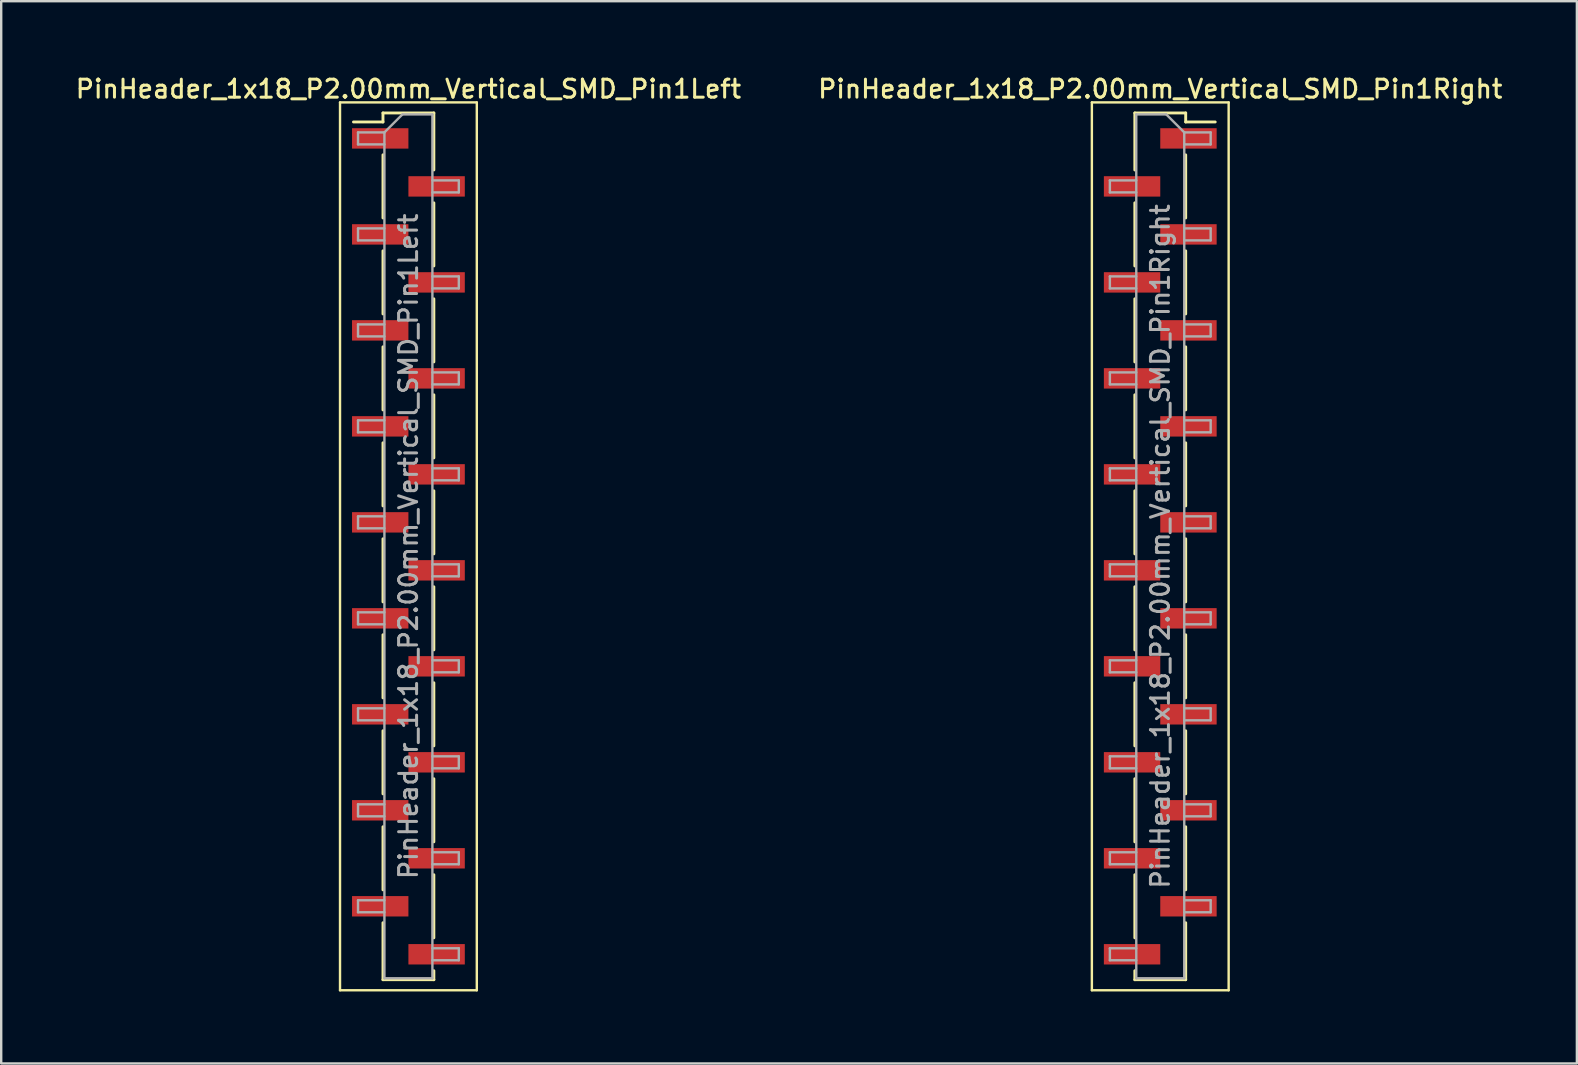
<source format=kicad_pcb>
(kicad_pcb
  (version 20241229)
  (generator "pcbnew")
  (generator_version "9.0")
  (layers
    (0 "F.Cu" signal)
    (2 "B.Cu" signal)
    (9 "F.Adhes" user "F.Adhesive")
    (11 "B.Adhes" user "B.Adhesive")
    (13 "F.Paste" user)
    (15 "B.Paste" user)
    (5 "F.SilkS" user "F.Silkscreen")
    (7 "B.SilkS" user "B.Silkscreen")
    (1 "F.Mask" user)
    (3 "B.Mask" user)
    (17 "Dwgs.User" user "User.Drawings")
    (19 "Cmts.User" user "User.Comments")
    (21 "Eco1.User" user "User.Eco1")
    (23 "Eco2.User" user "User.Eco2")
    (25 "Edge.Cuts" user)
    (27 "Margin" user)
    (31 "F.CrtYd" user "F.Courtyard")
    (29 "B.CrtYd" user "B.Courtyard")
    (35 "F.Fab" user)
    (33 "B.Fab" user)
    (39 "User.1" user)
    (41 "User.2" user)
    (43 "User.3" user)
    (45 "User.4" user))
  (footprint "PinHeader_1x18_P2.00mm_Vertical_SMD_Pin1Left"
    (layer "F.Cu")
    (at 13.97 19.718)
    (property "Reference" "PinHeader_1x18_P2.00mm_Vertical_SMD_Pin1Left" (at 0 -19.06 0) (layer "F.SilkS") (effects (font (size 0.75 0.75) (thickness 0.125))))
    (attr smd)
    (fp_line (start -2.85 -18.5) (end -2.85 18.5) (stroke (width 0.1) (type solid)) (layer "F.SilkS"))
    (fp_line (start -2.85 18.5) (end 2.85 18.5) (stroke (width 0.1) (type solid)) (layer "F.SilkS"))
    (fp_line (start -1.06 -18.06) (end -1.06 -17.685) (stroke (width 0.12) (type solid)) (layer "F.SilkS"))
    (fp_line (start -1.06 -18.06) (end 1.06 -18.06) (stroke (width 0.12) (type solid)) (layer "F.SilkS"))
    (fp_line (start -1.06 -17.685) (end -2.29 -17.685) (stroke (width 0.12) (type solid)) (layer "F.SilkS"))
    (fp_line (start -1.06 -16.315) (end -1.06 -13.685) (stroke (width 0.12) (type solid)) (layer "F.SilkS"))
    (fp_line (start -1.06 -12.315) (end -1.06 -9.685) (stroke (width 0.12) (type solid)) (layer "F.SilkS"))
    (fp_line (start -1.06 -8.315) (end -1.06 -5.685) (stroke (width 0.12) (type solid)) (layer "F.SilkS"))
    (fp_line (start -1.06 -4.315) (end -1.06 -1.685) (stroke (width 0.12) (type solid)) (layer "F.SilkS"))
    (fp_line (start -1.06 -0.315) (end -1.06 2.315) (stroke (width 0.12) (type solid)) (layer "F.SilkS"))
    (fp_line (start -1.06 3.685) (end -1.06 6.315) (stroke (width 0.12) (type solid)) (layer "F.SilkS"))
    (fp_line (start -1.06 7.685) (end -1.06 10.315) (stroke (width 0.12) (type solid)) (layer "F.SilkS"))
    (fp_line (start -1.06 11.685) (end -1.06 14.315) (stroke (width 0.12) (type solid)) (layer "F.SilkS"))
    (fp_line (start -1.06 15.685) (end -1.06 18.06) (stroke (width 0.12) (type solid)) (layer "F.SilkS"))
    (fp_line (start -1.06 18.06) (end 1.06 18.06) (stroke (width 0.12) (type solid)) (layer "F.SilkS"))
    (fp_line (start 1.06 -18.06) (end 1.06 -15.685) (stroke (width 0.12) (type solid)) (layer "F.SilkS"))
    (fp_line (start 1.06 -14.315) (end 1.06 -11.685) (stroke (width 0.12) (type solid)) (layer "F.SilkS"))
    (fp_line (start 1.06 -10.315) (end 1.06 -7.685) (stroke (width 0.12) (type solid)) (layer "F.SilkS"))
    (fp_line (start 1.06 -6.315) (end 1.06 -3.685) (stroke (width 0.12) (type solid)) (layer "F.SilkS"))
    (fp_line (start 1.06 -2.315) (end 1.06 0.315) (stroke (width 0.12) (type solid)) (layer "F.SilkS"))
    (fp_line (start 1.06 1.685) (end 1.06 4.315) (stroke (width 0.12) (type solid)) (layer "F.SilkS"))
    (fp_line (start 1.06 5.685) (end 1.06 8.315) (stroke (width 0.12) (type solid)) (layer "F.SilkS"))
    (fp_line (start 1.06 9.685) (end 1.06 12.315) (stroke (width 0.12) (type solid)) (layer "F.SilkS"))
    (fp_line (start 1.06 13.685) (end 1.06 16.315) (stroke (width 0.12) (type solid)) (layer "F.SilkS"))
    (fp_line (start 1.06 17.685) (end 1.06 18.06) (stroke (width 0.12) (type solid)) (layer "F.SilkS"))
    (fp_line (start 2.85 -18.5) (end -2.85 -18.5) (stroke (width 0.1) (type solid)) (layer "F.SilkS"))
    (fp_line (start 2.85 18.5) (end 2.85 -18.5) (stroke (width 0.1) (type solid)) (layer "F.SilkS"))
    (fp_line (start -2.1 -17.25) (end -2.1 -16.75) (stroke (width 0.1) (type solid)) (layer "F.Fab"))
    (fp_line (start -2.1 -16.75) (end -1 -16.75) (stroke (width 0.1) (type solid)) (layer "F.Fab"))
    (fp_line (start -2.1 -13.25) (end -2.1 -12.75) (stroke (width 0.1) (type solid)) (layer "F.Fab"))
    (fp_line (start -2.1 -12.75) (end -1 -12.75) (stroke (width 0.1) (type solid)) (layer "F.Fab"))
    (fp_line (start -2.1 -9.25) (end -2.1 -8.75) (stroke (width 0.1) (type solid)) (layer "F.Fab"))
    (fp_line (start -2.1 -8.75) (end -1 -8.75) (stroke (width 0.1) (type solid)) (layer "F.Fab"))
    (fp_line (start -2.1 -5.25) (end -2.1 -4.75) (stroke (width 0.1) (type solid)) (layer "F.Fab"))
    (fp_line (start -2.1 -4.75) (end -1 -4.75) (stroke (width 0.1) (type solid)) (layer "F.Fab"))
    (fp_line (start -2.1 -1.25) (end -2.1 -0.75) (stroke (width 0.1) (type solid)) (layer "F.Fab"))
    (fp_line (start -2.1 -0.75) (end -1 -0.75) (stroke (width 0.1) (type solid)) (layer "F.Fab"))
    (fp_line (start -2.1 2.75) (end -2.1 3.25) (stroke (width 0.1) (type solid)) (layer "F.Fab"))
    (fp_line (start -2.1 3.25) (end -1 3.25) (stroke (width 0.1) (type solid)) (layer "F.Fab"))
    (fp_line (start -2.1 6.75) (end -2.1 7.25) (stroke (width 0.1) (type solid)) (layer "F.Fab"))
    (fp_line (start -2.1 7.25) (end -1 7.25) (stroke (width 0.1) (type solid)) (layer "F.Fab"))
    (fp_line (start -2.1 10.75) (end -2.1 11.25) (stroke (width 0.1) (type solid)) (layer "F.Fab"))
    (fp_line (start -2.1 11.25) (end -1 11.25) (stroke (width 0.1) (type solid)) (layer "F.Fab"))
    (fp_line (start -2.1 14.75) (end -2.1 15.25) (stroke (width 0.1) (type solid)) (layer "F.Fab"))
    (fp_line (start -2.1 15.25) (end -1 15.25) (stroke (width 0.1) (type solid)) (layer "F.Fab"))
    (fp_line (start -1 -17.25) (end -2.1 -17.25) (stroke (width 0.1) (type solid)) (layer "F.Fab"))
    (fp_line (start -1 -17.25) (end -0.25 -18) (stroke (width 0.1) (type solid)) (layer "F.Fab"))
    (fp_line (start -1 -13.25) (end -2.1 -13.25) (stroke (width 0.1) (type solid)) (layer "F.Fab"))
    (fp_line (start -1 -9.25) (end -2.1 -9.25) (stroke (width 0.1) (type solid)) (layer "F.Fab"))
    (fp_line (start -1 -5.25) (end -2.1 -5.25) (stroke (width 0.1) (type solid)) (layer "F.Fab"))
    (fp_line (start -1 -1.25) (end -2.1 -1.25) (stroke (width 0.1) (type solid)) (layer "F.Fab"))
    (fp_line (start -1 2.75) (end -2.1 2.75) (stroke (width 0.1) (type solid)) (layer "F.Fab"))
    (fp_line (start -1 6.75) (end -2.1 6.75) (stroke (width 0.1) (type solid)) (layer "F.Fab"))
    (fp_line (start -1 10.75) (end -2.1 10.75) (stroke (width 0.1) (type solid)) (layer "F.Fab"))
    (fp_line (start -1 14.75) (end -2.1 14.75) (stroke (width 0.1) (type solid)) (layer "F.Fab"))
    (fp_line (start -1 18) (end -1 -17.25) (stroke (width 0.1) (type solid)) (layer "F.Fab"))
    (fp_line (start -0.25 -18) (end 1 -18) (stroke (width 0.1) (type solid)) (layer "F.Fab"))
    (fp_line (start 1 -18) (end 1 18) (stroke (width 0.1) (type solid)) (layer "F.Fab"))
    (fp_line (start 1 -15.25) (end 2.1 -15.25) (stroke (width 0.1) (type solid)) (layer "F.Fab"))
    (fp_line (start 1 -11.25) (end 2.1 -11.25) (stroke (width 0.1) (type solid)) (layer "F.Fab"))
    (fp_line (start 1 -7.25) (end 2.1 -7.25) (stroke (width 0.1) (type solid)) (layer "F.Fab"))
    (fp_line (start 1 -3.25) (end 2.1 -3.25) (stroke (width 0.1) (type solid)) (layer "F.Fab"))
    (fp_line (start 1 0.75) (end 2.1 0.75) (stroke (width 0.1) (type solid)) (layer "F.Fab"))
    (fp_line (start 1 4.75) (end 2.1 4.75) (stroke (width 0.1) (type solid)) (layer "F.Fab"))
    (fp_line (start 1 8.75) (end 2.1 8.75) (stroke (width 0.1) (type solid)) (layer "F.Fab"))
    (fp_line (start 1 12.75) (end 2.1 12.75) (stroke (width 0.1) (type solid)) (layer "F.Fab"))
    (fp_line (start 1 16.75) (end 2.1 16.75) (stroke (width 0.1) (type solid)) (layer "F.Fab"))
    (fp_line (start 1 18) (end -1 18) (stroke (width 0.1) (type solid)) (layer "F.Fab"))
    (fp_line (start 2.1 -15.25) (end 2.1 -14.75) (stroke (width 0.1) (type solid)) (layer "F.Fab"))
    (fp_line (start 2.1 -14.75) (end 1 -14.75) (stroke (width 0.1) (type solid)) (layer "F.Fab"))
    (fp_line (start 2.1 -11.25) (end 2.1 -10.75) (stroke (width 0.1) (type solid)) (layer "F.Fab"))
    (fp_line (start 2.1 -10.75) (end 1 -10.75) (stroke (width 0.1) (type solid)) (layer "F.Fab"))
    (fp_line (start 2.1 -7.25) (end 2.1 -6.75) (stroke (width 0.1) (type solid)) (layer "F.Fab"))
    (fp_line (start 2.1 -6.75) (end 1 -6.75) (stroke (width 0.1) (type solid)) (layer "F.Fab"))
    (fp_line (start 2.1 -3.25) (end 2.1 -2.75) (stroke (width 0.1) (type solid)) (layer "F.Fab"))
    (fp_line (start 2.1 -2.75) (end 1 -2.75) (stroke (width 0.1) (type solid)) (layer "F.Fab"))
    (fp_line (start 2.1 0.75) (end 2.1 1.25) (stroke (width 0.1) (type solid)) (layer "F.Fab"))
    (fp_line (start 2.1 1.25) (end 1 1.25) (stroke (width 0.1) (type solid)) (layer "F.Fab"))
    (fp_line (start 2.1 4.75) (end 2.1 5.25) (stroke (width 0.1) (type solid)) (layer "F.Fab"))
    (fp_line (start 2.1 5.25) (end 1 5.25) (stroke (width 0.1) (type solid)) (layer "F.Fab"))
    (fp_line (start 2.1 8.75) (end 2.1 9.25) (stroke (width 0.1) (type solid)) (layer "F.Fab"))
    (fp_line (start 2.1 9.25) (end 1 9.25) (stroke (width 0.1) (type solid)) (layer "F.Fab"))
    (fp_line (start 2.1 12.75) (end 2.1 13.25) (stroke (width 0.1) (type solid)) (layer "F.Fab"))
    (fp_line (start 2.1 13.25) (end 1 13.25) (stroke (width 0.1) (type solid)) (layer "F.Fab"))
    (fp_line (start 2.1 16.75) (end 2.1 17.25) (stroke (width 0.1) (type solid)) (layer "F.Fab"))
    (fp_line (start 2.1 17.25) (end 1 17.25) (stroke (width 0.1) (type solid)) (layer "F.Fab"))
    (fp_text user "${REFERENCE}" (at 0 0 90) (layer "F.Fab") (effects (font (size 0.75 0.75) (thickness 0.125))))
    (pad "1" smd rect (at -1.175 -17) (size 2.35 0.85) (layers "F.Cu" "F.Mask" "F.Paste"))
    (pad "2" smd rect (at 1.175 -15) (size 2.35 0.85) (layers "F.Cu" "F.Mask" "F.Paste"))
    (pad "3" smd rect (at -1.175 -13) (size 2.35 0.85) (layers "F.Cu" "F.Mask" "F.Paste"))
    (pad "4" smd rect (at 1.175 -11) (size 2.35 0.85) (layers "F.Cu" "F.Mask" "F.Paste"))
    (pad "5" smd rect (at -1.175 -9) (size 2.35 0.85) (layers "F.Cu" "F.Mask" "F.Paste"))
    (pad "6" smd rect (at 1.175 -7) (size 2.35 0.85) (layers "F.Cu" "F.Mask" "F.Paste"))
    (pad "7" smd rect (at -1.175 -5) (size 2.35 0.85) (layers "F.Cu" "F.Mask" "F.Paste"))
    (pad "8" smd rect (at 1.175 -3) (size 2.35 0.85) (layers "F.Cu" "F.Mask" "F.Paste"))
    (pad "9" smd rect (at -1.175 -1) (size 2.35 0.85) (layers "F.Cu" "F.Mask" "F.Paste"))
    (pad "10" smd rect (at 1.175 1) (size 2.35 0.85) (layers "F.Cu" "F.Mask" "F.Paste"))
    (pad "11" smd rect (at -1.175 3) (size 2.35 0.85) (layers "F.Cu" "F.Mask" "F.Paste"))
    (pad "12" smd rect (at 1.175 5) (size 2.35 0.85) (layers "F.Cu" "F.Mask" "F.Paste"))
    (pad "13" smd rect (at -1.175 7) (size 2.35 0.85) (layers "F.Cu" "F.Mask" "F.Paste"))
    (pad "14" smd rect (at 1.175 9) (size 2.35 0.85) (layers "F.Cu" "F.Mask" "F.Paste"))
    (pad "15" smd rect (at -1.175 11) (size 2.35 0.85) (layers "F.Cu" "F.Mask" "F.Paste"))
    (pad "16" smd rect (at 1.175 13) (size 2.35 0.85) (layers "F.Cu" "F.Mask" "F.Paste"))
    (pad "17" smd rect (at -1.175 15) (size 2.35 0.85) (layers "F.Cu" "F.Mask" "F.Paste"))
    (pad "18" smd rect (at 1.175 17) (size 2.35 0.85) (layers "F.Cu" "F.Mask" "F.Paste")))
  (footprint "PinHeader_1x18_P2.00mm_Vertical_SMD_Pin1Right"
    (layer "F.Cu")
    (at 45.302 19.718)
    (property "Reference" "PinHeader_1x18_P2.00mm_Vertical_SMD_Pin1Right" (at 0 -19.06 0) (layer "F.SilkS") (effects (font (size 0.75 0.75) (thickness 0.125))))
    (attr smd)
    (fp_line (start -2.85 -18.5) (end -2.85 18.5) (stroke (width 0.1) (type solid)) (layer "F.SilkS"))
    (fp_line (start -2.85 18.5) (end 2.85 18.5) (stroke (width 0.1) (type solid)) (layer "F.SilkS"))
    (fp_line (start -1.06 -18.06) (end -1.06 -15.685) (stroke (width 0.12) (type solid)) (layer "F.SilkS"))
    (fp_line (start -1.06 -18.06) (end 1.06 -18.06) (stroke (width 0.12) (type solid)) (layer "F.SilkS"))
    (fp_line (start -1.06 -14.315) (end -1.06 -11.685) (stroke (width 0.12) (type solid)) (layer "F.SilkS"))
    (fp_line (start -1.06 -10.315) (end -1.06 -7.685) (stroke (width 0.12) (type solid)) (layer "F.SilkS"))
    (fp_line (start -1.06 -6.315) (end -1.06 -3.685) (stroke (width 0.12) (type solid)) (layer "F.SilkS"))
    (fp_line (start -1.06 -2.315) (end -1.06 0.315) (stroke (width 0.12) (type solid)) (layer "F.SilkS"))
    (fp_line (start -1.06 1.685) (end -1.06 4.315) (stroke (width 0.12) (type solid)) (layer "F.SilkS"))
    (fp_line (start -1.06 5.685) (end -1.06 8.315) (stroke (width 0.12) (type solid)) (layer "F.SilkS"))
    (fp_line (start -1.06 9.685) (end -1.06 12.315) (stroke (width 0.12) (type solid)) (layer "F.SilkS"))
    (fp_line (start -1.06 13.685) (end -1.06 16.315) (stroke (width 0.12) (type solid)) (layer "F.SilkS"))
    (fp_line (start -1.06 17.685) (end -1.06 18.06) (stroke (width 0.12) (type solid)) (layer "F.SilkS"))
    (fp_line (start -1.06 18.06) (end 1.06 18.06) (stroke (width 0.12) (type solid)) (layer "F.SilkS"))
    (fp_line (start 1.06 -18.06) (end 1.06 -17.685) (stroke (width 0.12) (type solid)) (layer "F.SilkS"))
    (fp_line (start 1.06 -17.685) (end 2.29 -17.685) (stroke (width 0.12) (type solid)) (layer "F.SilkS"))
    (fp_line (start 1.06 -16.315) (end 1.06 -13.685) (stroke (width 0.12) (type solid)) (layer "F.SilkS"))
    (fp_line (start 1.06 -12.315) (end 1.06 -9.685) (stroke (width 0.12) (type solid)) (layer "F.SilkS"))
    (fp_line (start 1.06 -8.315) (end 1.06 -5.685) (stroke (width 0.12) (type solid)) (layer "F.SilkS"))
    (fp_line (start 1.06 -4.315) (end 1.06 -1.685) (stroke (width 0.12) (type solid)) (layer "F.SilkS"))
    (fp_line (start 1.06 -0.315) (end 1.06 2.315) (stroke (width 0.12) (type solid)) (layer "F.SilkS"))
    (fp_line (start 1.06 3.685) (end 1.06 6.315) (stroke (width 0.12) (type solid)) (layer "F.SilkS"))
    (fp_line (start 1.06 7.685) (end 1.06 10.315) (stroke (width 0.12) (type solid)) (layer "F.SilkS"))
    (fp_line (start 1.06 11.685) (end 1.06 14.315) (stroke (width 0.12) (type solid)) (layer "F.SilkS"))
    (fp_line (start 1.06 15.685) (end 1.06 18.06) (stroke (width 0.12) (type solid)) (layer "F.SilkS"))
    (fp_line (start 2.85 -18.5) (end -2.85 -18.5) (stroke (width 0.1) (type solid)) (layer "F.SilkS"))
    (fp_line (start 2.85 18.5) (end 2.85 -18.5) (stroke (width 0.1) (type solid)) (layer "F.SilkS"))
    (fp_line (start -2.1 -15.25) (end -2.1 -14.75) (stroke (width 0.1) (type solid)) (layer "F.Fab"))
    (fp_line (start -2.1 -14.75) (end -1 -14.75) (stroke (width 0.1) (type solid)) (layer "F.Fab"))
    (fp_line (start -2.1 -11.25) (end -2.1 -10.75) (stroke (width 0.1) (type solid)) (layer "F.Fab"))
    (fp_line (start -2.1 -10.75) (end -1 -10.75) (stroke (width 0.1) (type solid)) (layer "F.Fab"))
    (fp_line (start -2.1 -7.25) (end -2.1 -6.75) (stroke (width 0.1) (type solid)) (layer "F.Fab"))
    (fp_line (start -2.1 -6.75) (end -1 -6.75) (stroke (width 0.1) (type solid)) (layer "F.Fab"))
    (fp_line (start -2.1 -3.25) (end -2.1 -2.75) (stroke (width 0.1) (type solid)) (layer "F.Fab"))
    (fp_line (start -2.1 -2.75) (end -1 -2.75) (stroke (width 0.1) (type solid)) (layer "F.Fab"))
    (fp_line (start -2.1 0.75) (end -2.1 1.25) (stroke (width 0.1) (type solid)) (layer "F.Fab"))
    (fp_line (start -2.1 1.25) (end -1 1.25) (stroke (width 0.1) (type solid)) (layer "F.Fab"))
    (fp_line (start -2.1 4.75) (end -2.1 5.25) (stroke (width 0.1) (type solid)) (layer "F.Fab"))
    (fp_line (start -2.1 5.25) (end -1 5.25) (stroke (width 0.1) (type solid)) (layer "F.Fab"))
    (fp_line (start -2.1 8.75) (end -2.1 9.25) (stroke (width 0.1) (type solid)) (layer "F.Fab"))
    (fp_line (start -2.1 9.25) (end -1 9.25) (stroke (width 0.1) (type solid)) (layer "F.Fab"))
    (fp_line (start -2.1 12.75) (end -2.1 13.25) (stroke (width 0.1) (type solid)) (layer "F.Fab"))
    (fp_line (start -2.1 13.25) (end -1 13.25) (stroke (width 0.1) (type solid)) (layer "F.Fab"))
    (fp_line (start -2.1 16.75) (end -2.1 17.25) (stroke (width 0.1) (type solid)) (layer "F.Fab"))
    (fp_line (start -2.1 17.25) (end -1 17.25) (stroke (width 0.1) (type solid)) (layer "F.Fab"))
    (fp_line (start -1 -18) (end -1 18) (stroke (width 0.1) (type solid)) (layer "F.Fab"))
    (fp_line (start -1 -18) (end 0.25 -18) (stroke (width 0.1) (type solid)) (layer "F.Fab"))
    (fp_line (start -1 -15.25) (end -2.1 -15.25) (stroke (width 0.1) (type solid)) (layer "F.Fab"))
    (fp_line (start -1 -11.25) (end -2.1 -11.25) (stroke (width 0.1) (type solid)) (layer "F.Fab"))
    (fp_line (start -1 -7.25) (end -2.1 -7.25) (stroke (width 0.1) (type solid)) (layer "F.Fab"))
    (fp_line (start -1 -3.25) (end -2.1 -3.25) (stroke (width 0.1) (type solid)) (layer "F.Fab"))
    (fp_line (start -1 0.75) (end -2.1 0.75) (stroke (width 0.1) (type solid)) (layer "F.Fab"))
    (fp_line (start -1 4.75) (end -2.1 4.75) (stroke (width 0.1) (type solid)) (layer "F.Fab"))
    (fp_line (start -1 8.75) (end -2.1 8.75) (stroke (width 0.1) (type solid)) (layer "F.Fab"))
    (fp_line (start -1 12.75) (end -2.1 12.75) (stroke (width 0.1) (type solid)) (layer "F.Fab"))
    (fp_line (start -1 16.75) (end -2.1 16.75) (stroke (width 0.1) (type solid)) (layer "F.Fab"))
    (fp_line (start 1 -17.25) (end 0.25 -18) (stroke (width 0.1) (type solid)) (layer "F.Fab"))
    (fp_line (start 1 -17.25) (end 2.1 -17.25) (stroke (width 0.1) (type solid)) (layer "F.Fab"))
    (fp_line (start 1 -13.25) (end 2.1 -13.25) (stroke (width 0.1) (type solid)) (layer "F.Fab"))
    (fp_line (start 1 -9.25) (end 2.1 -9.25) (stroke (width 0.1) (type solid)) (layer "F.Fab"))
    (fp_line (start 1 -5.25) (end 2.1 -5.25) (stroke (width 0.1) (type solid)) (layer "F.Fab"))
    (fp_line (start 1 -1.25) (end 2.1 -1.25) (stroke (width 0.1) (type solid)) (layer "F.Fab"))
    (fp_line (start 1 2.75) (end 2.1 2.75) (stroke (width 0.1) (type solid)) (layer "F.Fab"))
    (fp_line (start 1 6.75) (end 2.1 6.75) (stroke (width 0.1) (type solid)) (layer "F.Fab"))
    (fp_line (start 1 10.75) (end 2.1 10.75) (stroke (width 0.1) (type solid)) (layer "F.Fab"))
    (fp_line (start 1 14.75) (end 2.1 14.75) (stroke (width 0.1) (type solid)) (layer "F.Fab"))
    (fp_line (start 1 18) (end -1 18) (stroke (width 0.1) (type solid)) (layer "F.Fab"))
    (fp_line (start 1 18) (end 1 -17.25) (stroke (width 0.1) (type solid)) (layer "F.Fab"))
    (fp_line (start 2.1 -17.25) (end 2.1 -16.75) (stroke (width 0.1) (type solid)) (layer "F.Fab"))
    (fp_line (start 2.1 -16.75) (end 1 -16.75) (stroke (width 0.1) (type solid)) (layer "F.Fab"))
    (fp_line (start 2.1 -13.25) (end 2.1 -12.75) (stroke (width 0.1) (type solid)) (layer "F.Fab"))
    (fp_line (start 2.1 -12.75) (end 1 -12.75) (stroke (width 0.1) (type solid)) (layer "F.Fab"))
    (fp_line (start 2.1 -9.25) (end 2.1 -8.75) (stroke (width 0.1) (type solid)) (layer "F.Fab"))
    (fp_line (start 2.1 -8.75) (end 1 -8.75) (stroke (width 0.1) (type solid)) (layer "F.Fab"))
    (fp_line (start 2.1 -5.25) (end 2.1 -4.75) (stroke (width 0.1) (type solid)) (layer "F.Fab"))
    (fp_line (start 2.1 -4.75) (end 1 -4.75) (stroke (width 0.1) (type solid)) (layer "F.Fab"))
    (fp_line (start 2.1 -1.25) (end 2.1 -0.75) (stroke (width 0.1) (type solid)) (layer "F.Fab"))
    (fp_line (start 2.1 -0.75) (end 1 -0.75) (stroke (width 0.1) (type solid)) (layer "F.Fab"))
    (fp_line (start 2.1 2.75) (end 2.1 3.25) (stroke (width 0.1) (type solid)) (layer "F.Fab"))
    (fp_line (start 2.1 3.25) (end 1 3.25) (stroke (width 0.1) (type solid)) (layer "F.Fab"))
    (fp_line (start 2.1 6.75) (end 2.1 7.25) (stroke (width 0.1) (type solid)) (layer "F.Fab"))
    (fp_line (start 2.1 7.25) (end 1 7.25) (stroke (width 0.1) (type solid)) (layer "F.Fab"))
    (fp_line (start 2.1 10.75) (end 2.1 11.25) (stroke (width 0.1) (type solid)) (layer "F.Fab"))
    (fp_line (start 2.1 11.25) (end 1 11.25) (stroke (width 0.1) (type solid)) (layer "F.Fab"))
    (fp_line (start 2.1 14.75) (end 2.1 15.25) (stroke (width 0.1) (type solid)) (layer "F.Fab"))
    (fp_line (start 2.1 15.25) (end 1 15.25) (stroke (width 0.1) (type solid)) (layer "F.Fab"))
    (fp_text user "${REFERENCE}" (at 0 0 90) (layer "F.Fab") (effects (font (size 0.75 0.75) (thickness 0.125))))
    (pad "1" smd rect (at 1.175 -17) (size 2.35 0.85) (layers "F.Cu" "F.Mask" "F.Paste"))
    (pad "2" smd rect (at -1.175 -15) (size 2.35 0.85) (layers "F.Cu" "F.Mask" "F.Paste"))
    (pad "3" smd rect (at 1.175 -13) (size 2.35 0.85) (layers "F.Cu" "F.Mask" "F.Paste"))
    (pad "4" smd rect (at -1.175 -11) (size 2.35 0.85) (layers "F.Cu" "F.Mask" "F.Paste"))
    (pad "5" smd rect (at 1.175 -9) (size 2.35 0.85) (layers "F.Cu" "F.Mask" "F.Paste"))
    (pad "6" smd rect (at -1.175 -7) (size 2.35 0.85) (layers "F.Cu" "F.Mask" "F.Paste"))
    (pad "7" smd rect (at 1.175 -5) (size 2.35 0.85) (layers "F.Cu" "F.Mask" "F.Paste"))
    (pad "8" smd rect (at -1.175 -3) (size 2.35 0.85) (layers "F.Cu" "F.Mask" "F.Paste"))
    (pad "9" smd rect (at 1.175 -1) (size 2.35 0.85) (layers "F.Cu" "F.Mask" "F.Paste"))
    (pad "10" smd rect (at -1.175 1) (size 2.35 0.85) (layers "F.Cu" "F.Mask" "F.Paste"))
    (pad "11" smd rect (at 1.175 3) (size 2.35 0.85) (layers "F.Cu" "F.Mask" "F.Paste"))
    (pad "12" smd rect (at -1.175 5) (size 2.35 0.85) (layers "F.Cu" "F.Mask" "F.Paste"))
    (pad "13" smd rect (at 1.175 7) (size 2.35 0.85) (layers "F.Cu" "F.Mask" "F.Paste"))
    (pad "14" smd rect (at -1.175 9) (size 2.35 0.85) (layers "F.Cu" "F.Mask" "F.Paste"))
    (pad "15" smd rect (at 1.175 11) (size 2.35 0.85) (layers "F.Cu" "F.Mask" "F.Paste"))
    (pad "16" smd rect (at -1.175 13) (size 2.35 0.85) (layers "F.Cu" "F.Mask" "F.Paste"))
    (pad "17" smd rect (at 1.175 15) (size 2.35 0.85) (layers "F.Cu" "F.Mask" "F.Paste"))
    (pad "18" smd rect (at -1.175 17) (size 2.35 0.85) (layers "F.Cu" "F.Mask" "F.Paste")))
  (gr_rect
    (start -3 -3)
    (end 62.664 41.268)
    (stroke (width 0.1) (type default))
    (fill no)
    (layer "Edge.Cuts")))
</source>
